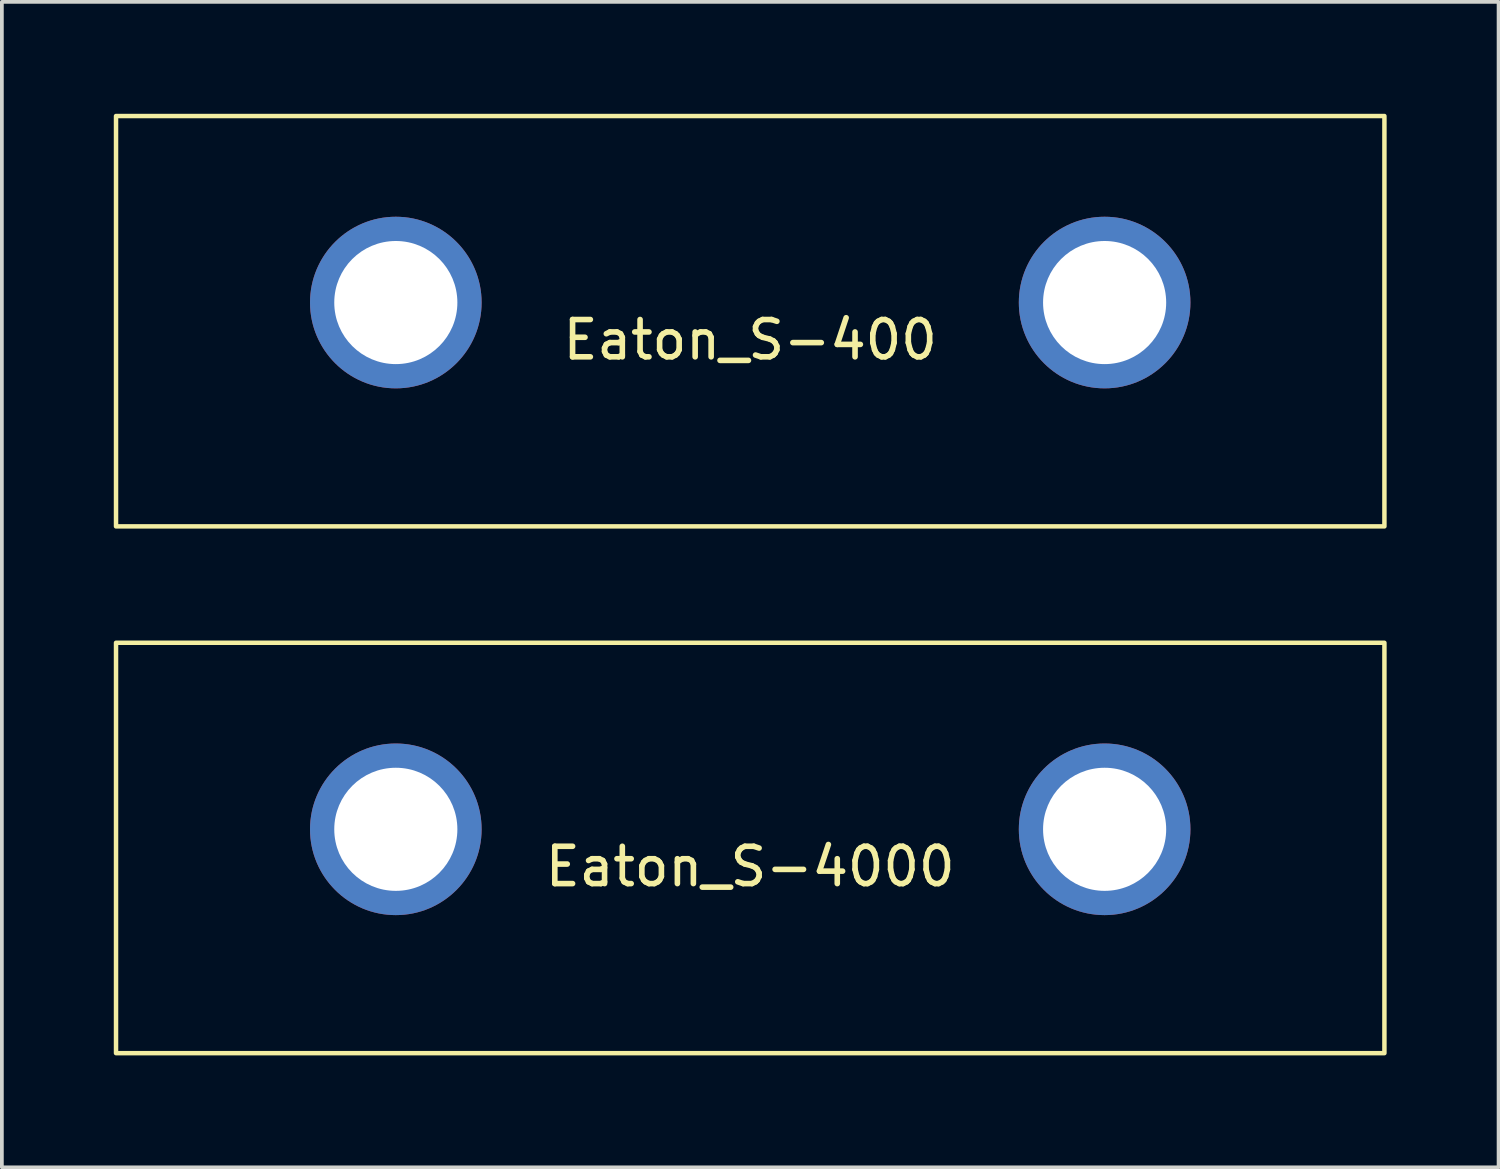
<source format=kicad_pcb>
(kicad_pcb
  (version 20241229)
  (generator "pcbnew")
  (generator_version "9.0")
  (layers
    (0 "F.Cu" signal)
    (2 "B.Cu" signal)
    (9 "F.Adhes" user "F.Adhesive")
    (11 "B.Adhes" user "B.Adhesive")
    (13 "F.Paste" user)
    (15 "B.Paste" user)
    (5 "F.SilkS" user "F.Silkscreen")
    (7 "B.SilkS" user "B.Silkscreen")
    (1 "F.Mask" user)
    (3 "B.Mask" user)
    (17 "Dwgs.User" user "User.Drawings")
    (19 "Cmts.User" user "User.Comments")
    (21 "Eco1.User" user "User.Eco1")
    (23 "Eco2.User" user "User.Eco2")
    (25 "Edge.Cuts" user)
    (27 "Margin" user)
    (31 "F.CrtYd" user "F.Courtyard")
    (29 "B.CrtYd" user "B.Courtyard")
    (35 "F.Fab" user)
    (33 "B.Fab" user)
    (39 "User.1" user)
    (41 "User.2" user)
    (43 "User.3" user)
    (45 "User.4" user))
  (footprint "Eaton_S-4000"
    (layer "F.Cu")
    (at 17.06 19.18)
    (property "Reference" "Eaton_S-4000" (at 0 1 0) (unlocked yes) (layer "F.SilkS") (effects (font (size 1 1) (thickness 0.15))))
    (attr smd)
    (fp_rect (start -17 -5) (end 17 6) (stroke (width 0.12) (type solid)) (fill no) (layer "F.SilkS"))
    (pad "1" thru_hole circle (at -9.5 0) (size 4.6 4.6) (drill 3.3) (layers "*.Cu" "*.Mask"))
    (pad "2" thru_hole circle (at 9.5 0) (size 4.6 4.6) (drill 3.3) (layers "*.Cu" "*.Mask")))
  (footprint "Eaton_S-400"
    (layer "F.Cu")
    (at 17.06 5.06)
    (property "Reference" "Eaton_S-400" (at 0 1 0) (unlocked yes) (layer "F.SilkS") (effects (font (size 1 1) (thickness 0.15))))
    (attr smd)
    (fp_rect (start -17 -5) (end 17 6) (stroke (width 0.12) (type solid)) (fill no) (layer "F.SilkS"))
    (pad "1" thru_hole circle (at -9.5 0) (size 4.6 4.6) (drill 3.3) (layers "*.Cu" "*.Mask"))
    (pad "2" thru_hole circle (at 9.5 0) (size 4.6 4.6) (drill 3.3) (layers "*.Cu" "*.Mask")))
  (gr_rect
    (start -3 -3)
    (end 37.12 28.24)
    (stroke (width 0.1) (type default))
    (fill no)
    (layer "Edge.Cuts")))
</source>
